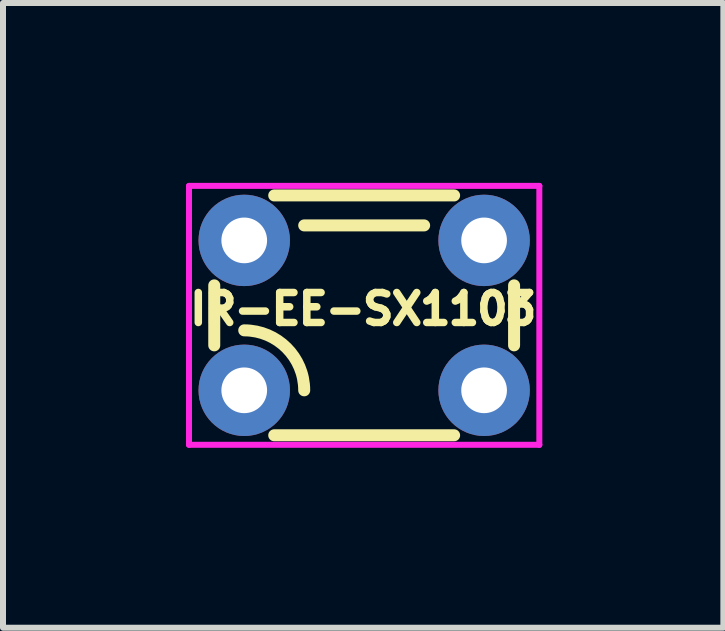
<source format=kicad_pcb>
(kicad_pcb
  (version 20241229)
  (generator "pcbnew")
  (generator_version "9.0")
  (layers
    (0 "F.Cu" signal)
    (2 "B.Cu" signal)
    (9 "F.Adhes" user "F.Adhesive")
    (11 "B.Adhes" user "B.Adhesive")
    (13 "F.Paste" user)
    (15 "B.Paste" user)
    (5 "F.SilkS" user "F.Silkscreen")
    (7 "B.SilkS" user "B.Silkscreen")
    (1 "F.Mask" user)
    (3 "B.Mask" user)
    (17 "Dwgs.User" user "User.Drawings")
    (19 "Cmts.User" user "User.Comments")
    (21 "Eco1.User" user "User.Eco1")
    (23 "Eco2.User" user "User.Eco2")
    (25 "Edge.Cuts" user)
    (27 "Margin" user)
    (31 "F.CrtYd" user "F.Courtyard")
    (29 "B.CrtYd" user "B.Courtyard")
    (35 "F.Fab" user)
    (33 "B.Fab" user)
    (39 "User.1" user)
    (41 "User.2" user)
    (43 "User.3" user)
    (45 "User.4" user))
  (footprint "IR-EE-SX1103"
    (layer "F.Cu")
    (at 3.023 2.209)
    (property "Reference" "IR-EE-SX1103" (at -0.016 -0.106 0) (layer "F.SilkS") (effects (font (size 0.5 0.5) (thickness 0.125))))
    (attr through_hole)
    (fp_line (start -2.5 -0.5) (end -2.5 0.5) (stroke (width 0.2) (type solid)) (layer "F.SilkS"))
    (fp_line (start -1.5 -2) (end 1.5 -2) (stroke (width 0.2) (type solid)) (layer "F.SilkS"))
    (fp_line (start -1 -1.5) (end 1 -1.5) (stroke (width 0.2) (type solid)) (layer "F.SilkS"))
    (fp_line (start 1.5 2) (end -1.5 2) (stroke (width 0.2) (type solid)) (layer "F.SilkS"))
    (fp_line (start 2.5 -0.5) (end 2.5 0.5) (stroke (width 0.2) (type solid)) (layer "F.SilkS"))
    (fp_arc (start -2 0.25) (mid -1.292893 0.542893) (end -1 1.25) (stroke (width 0.2) (type solid)) (layer "F.SilkS"))
    (fp_line (start -2.921 -2.159) (end 2.921 -2.159) (stroke (width 0.1) (type solid)) (layer "F.CrtYd"))
    (fp_line (start -2.921 2.159) (end -2.921 -2.159) (stroke (width 0.1) (type solid)) (layer "F.CrtYd"))
    (fp_line (start 2.921 -2.159) (end 2.921 2.159) (stroke (width 0.1) (type solid)) (layer "F.CrtYd"))
    (fp_line (start 2.921 2.159) (end -2.921 2.159) (stroke (width 0.1) (type solid)) (layer "F.CrtYd"))
    (pad "1" thru_hole circle (at -2 1.25) (size 1.524 1.524) (drill 0.762) (layers "*.Cu" "*.Mask"))
    (pad "2" thru_hole circle (at -2 -1.25) (size 1.524 1.524) (drill 0.762) (layers "*.Cu" "*.Mask"))
    (pad "3" thru_hole circle (at 2 -1.25) (size 1.524 1.524) (drill 0.762) (layers "*.Cu" "*.Mask"))
    (pad "4" thru_hole circle (at 2 1.25) (size 1.524 1.524) (drill 0.762) (layers "*.Cu" "*.Mask")))
  (gr_rect
    (start -3 -3)
    (end 9.013 7.418)
    (stroke (width 0.1) (type default))
    (fill no)
    (layer "Edge.Cuts")))
</source>
